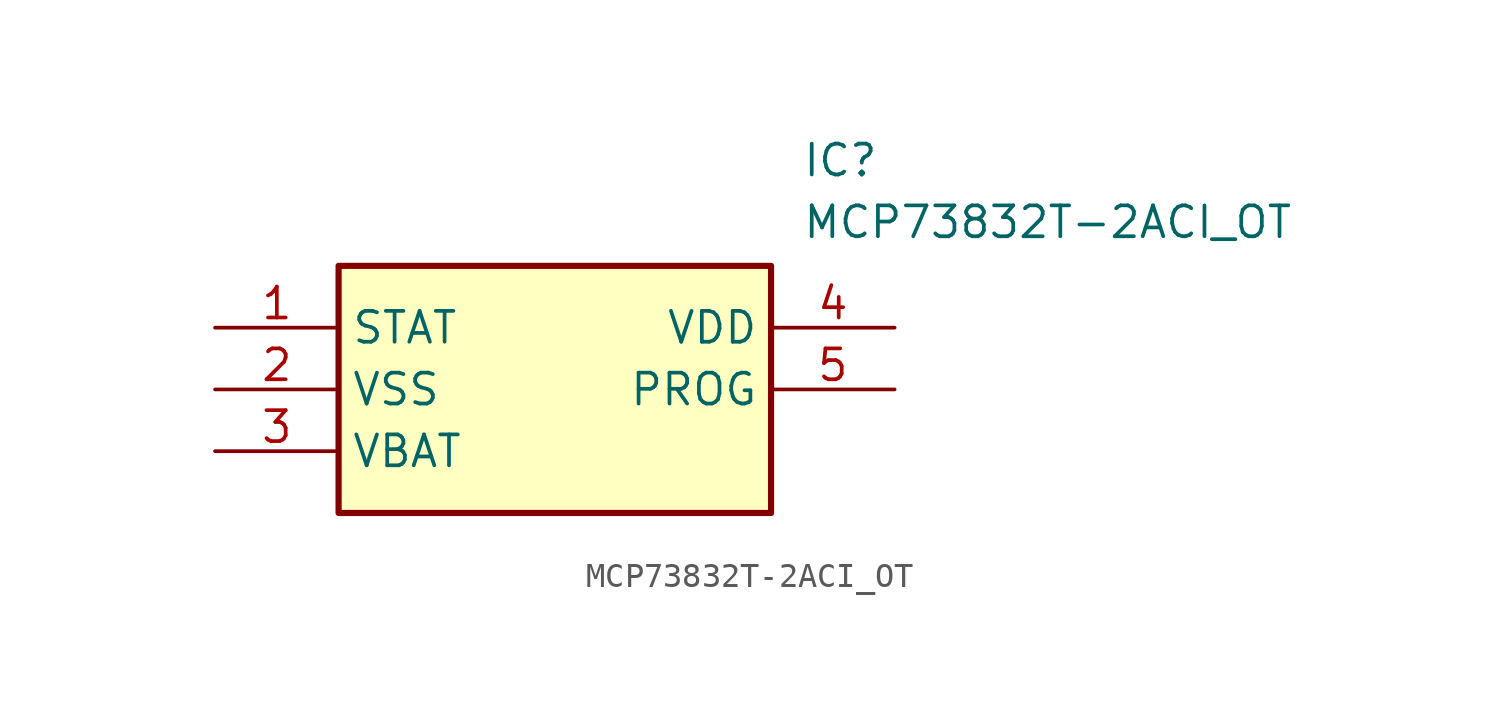
<source format=kicad_sym>
(kicad_symbol_lib
  (version 20211014)
  (generator SamacSys_ECAD_Model)
  (symbol "MCP73832T-2ACI_OT"
    (property "Reference" "IC"
      (at 24.13 7.62 0)
      (effects (font (size 1.27 1.27)) (justify left top)))
    (property "Value" "MCP73832T-2ACI_OT"
      (at 24.13 5.08 0)
      (effects (font (size 1.27 1.27)) (justify left top)))
    (rectangle
      (start 5.08 2.54)
      (end 22.86 -7.62)
      (stroke (width 0.254) (type default))
      (fill (type background)))
    (pin passive line
      (at 0 0 0)
      (length 5.08)
      (name "STAT" (effects (font (size 1.27 1.27))))
      (number "1" (effects (font (size 1.27 1.27)))))
    (pin passive line
      (at 0 -2.54 0)
      (length 5.08)
      (name "VSS" (effects (font (size 1.27 1.27))))
      (number "2" (effects (font (size 1.27 1.27)))))
    (pin passive line
      (at 0 -5.08 0)
      (length 5.08)
      (name "VBAT" (effects (font (size 1.27 1.27))))
      (number "3" (effects (font (size 1.27 1.27)))))
    (pin passive line
      (at 27.94 0 180)
      (length 5.08)
      (name "VDD" (effects (font (size 1.27 1.27))))
      (number "4" (effects (font (size 1.27 1.27)))))
    (pin passive line
      (at 27.94 -2.54 180)
      (length 5.08)
      (name "PROG" (effects (font (size 1.27 1.27))))
      (number "5" (effects (font (size 1.27 1.27)))))))
</source>
